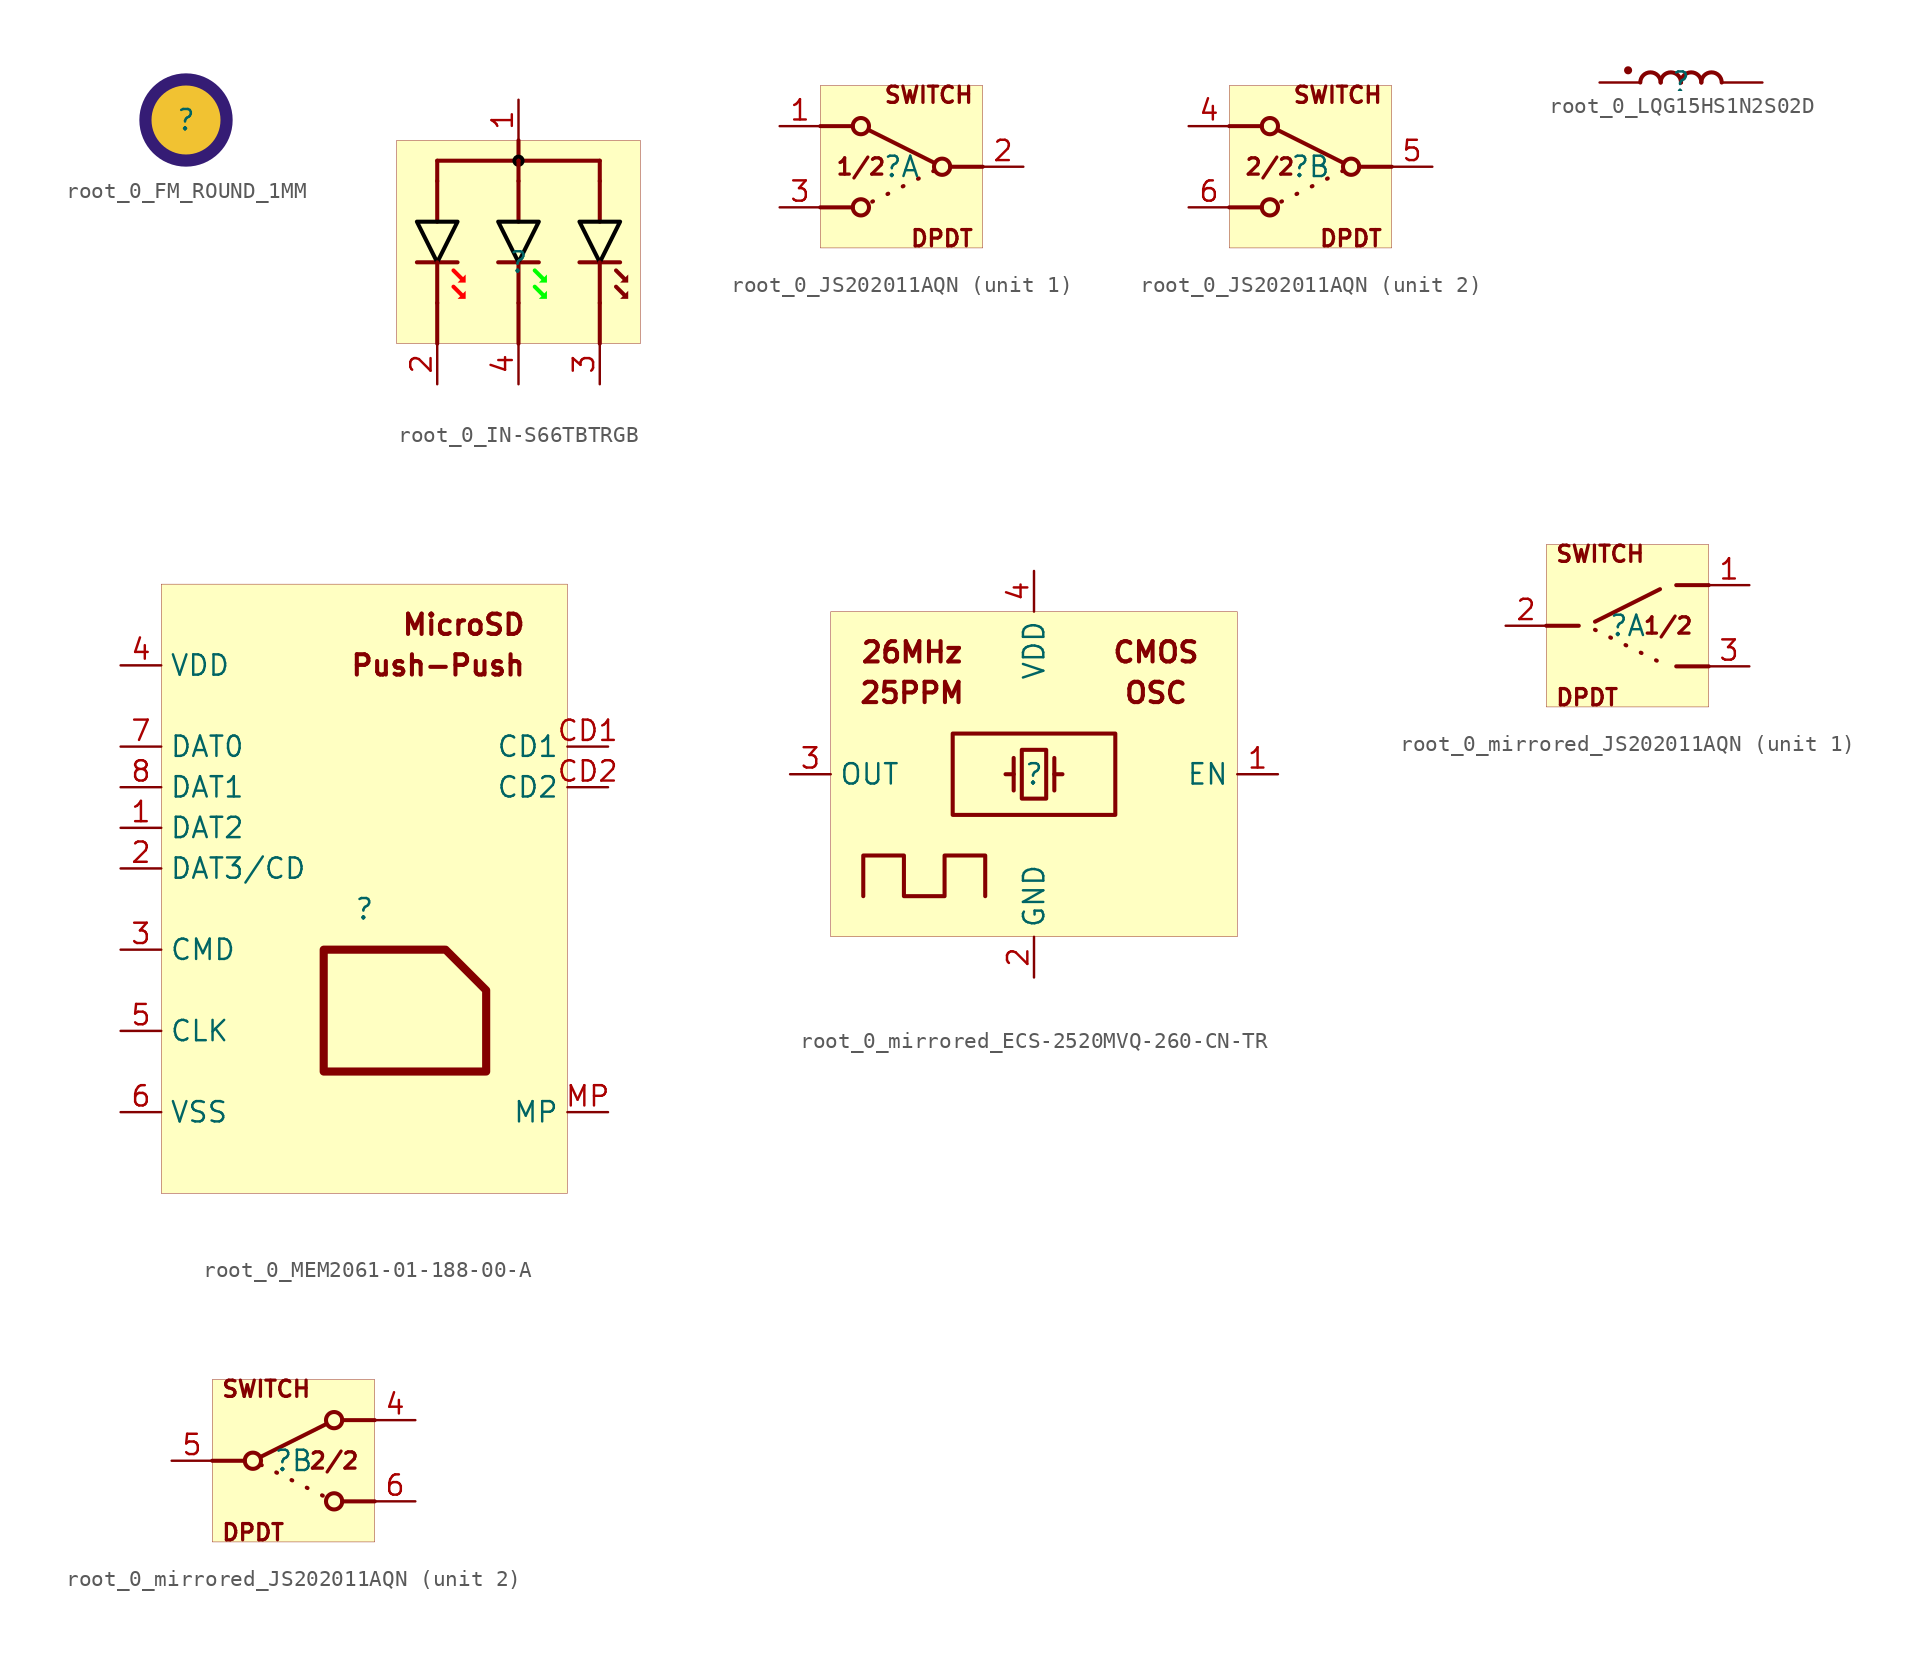
<source format=kicad_sym>
(kicad_symbol_lib
  (version 20231120)
  (generator "kicad_symbol_editor")
  (generator_version "8.0")
  (symbol "root_0_FM_ROUND_1MM"
    (property "Reference" ""
      (at 0 0 0)
      (effects (font (size 1.27 1.27))))
    (property "Value" ""
      (at 0 0 0)
      (effects (font (size 1.27 1.27))))
    (symbol "root_0_FM_ROUND_1MM_1_0"
      (circle (center 0 0) (radius 2.54) (stroke (width 0.762) (type solid) (color 53 28 117 1)) (fill (type color) (color 241 194 50 1)))))
  (symbol "root_0_IN-S66TBTRGB"
    (property "Reference" ""
      (at 0 0 0)
      (effects (font (size 1.27 1.27))))
    (property "Value" ""
      (at 0 0 0)
      (effects (font (size 1.27 1.27))))
    (symbol "root_0_IN-S66TBTRGB_1_0"
      (polyline (pts (xy -6.35 0) (xy -3.81 0)) (stroke (width 0.254) (type solid)) (fill (type none)))
      (polyline (pts (xy -5.08 -2.54) (xy -5.08 -5.08)) (stroke (width 0.254) (type solid)) (fill (type none)))
      (polyline (pts (xy -5.08 -2.54) (xy -5.08 0)) (stroke (width 0.254) (type solid)) (fill (type none)))
      (polyline (pts (xy -5.08 2.54) (xy -5.08 5.08)) (stroke (width 0.254) (type solid)) (fill (type none)))
      (polyline (pts (xy -5.08 6.35) (xy -5.08 5.08)) (stroke (width 0.254) (type solid)) (fill (type none)))
      (polyline (pts (xy -5.08 6.35) (xy 5.08 6.35)) (stroke (width 0.254) (type solid)) (fill (type none)))
      (polyline (pts (xy -3.556 -2.032) (xy -4.064 -1.524)) (stroke (width 0.254) (type solid) (color 255 0 0 1)) (fill (type none)))
      (polyline (pts (xy -3.556 -1.016) (xy -4.064 -0.508)) (stroke (width 0.254) (type solid) (color 255 0 0 1)) (fill (type none)))
      (polyline (pts (xy -1.27 0) (xy 1.27 0)) (stroke (width 0.254) (type solid)) (fill (type none)))
      (polyline (pts (xy 0 -2.54) (xy 0 -5.08)) (stroke (width 0.254) (type solid)) (fill (type none)))
      (polyline (pts (xy 0 -2.54) (xy 0 0)) (stroke (width 0.254) (type solid)) (fill (type none)))
      (polyline (pts (xy 0 2.54) (xy 0 5.08)) (stroke (width 0.254) (type solid)) (fill (type none)))
      (polyline (pts (xy 0 6.35) (xy 0 5.08)) (stroke (width 0.254) (type solid)) (fill (type none)))
      (polyline (pts (xy 0 7.62) (xy 0 6.35)) (stroke (width 0.254) (type solid)) (fill (type none)))
      (polyline (pts (xy 1.524 -2.032) (xy 1.016 -1.524)) (stroke (width 0.254) (type solid) (color 0 255 0 1)) (fill (type none)))
      (polyline (pts (xy 1.524 -1.016) (xy 1.016 -0.508)) (stroke (width 0.254) (type solid) (color 0 255 0 1)) (fill (type none)))
      (polyline (pts (xy 3.81 0) (xy 6.35 0)) (stroke (width 0.254) (type solid)) (fill (type none)))
      (polyline (pts (xy 5.08 -2.54) (xy 5.08 -5.08)) (stroke (width 0.254) (type solid)) (fill (type none)))
      (polyline (pts (xy 5.08 -2.54) (xy 5.08 0)) (stroke (width 0.254) (type solid)) (fill (type none)))
      (polyline (pts (xy 5.08 2.54) (xy 5.08 5.08)) (stroke (width 0.254) (type solid)) (fill (type none)))
      (polyline (pts (xy 5.08 6.35) (xy 5.08 5.08)) (stroke (width 0.254) (type solid)) (fill (type none)))
      (polyline (pts (xy 6.604 -2.032) (xy 6.096 -1.524)) (stroke (width 0.254) (type solid)) (fill (type none)))
      (polyline (pts (xy 6.604 -1.016) (xy 6.096 -0.508)) (stroke (width 0.254) (type solid)) (fill (type none)))
      (polyline (pts (xy -3.302 -1.778) (xy -3.81 -2.286) (xy -3.302 -2.286) (xy -3.302 -1.778) (xy -3.302 -1.778)) (stroke (width -0.0001) (type solid) (color 255 0 0 1)) (fill (type outline)))
      (polyline (pts (xy -3.302 -0.762) (xy -3.81 -1.27) (xy -3.302 -1.27) (xy -3.302 -0.762) (xy -3.302 -0.762)) (stroke (width -0.0001) (type solid) (color 255 0 0 1)) (fill (type outline)))
      (polyline (pts (xy 1.778 -1.778) (xy 1.27 -2.286) (xy 1.778 -2.286) (xy 1.778 -1.778) (xy 1.778 -1.778)) (stroke (width -0.0001) (type solid) (color 0 255 0 1)) (fill (type outline)))
      (polyline (pts (xy 1.778 -0.762) (xy 1.27 -1.27) (xy 1.778 -1.27) (xy 1.778 -0.762) (xy 1.778 -0.762)) (stroke (width -0.0001) (type solid) (color 0 255 0 1)) (fill (type outline)))
      (polyline (pts (xy 6.858 -1.778) (xy 6.35 -2.286) (xy 6.858 -2.286) (xy 6.858 -1.778) (xy 6.858 -1.778)) (stroke (width -0.0001) (type solid)) (fill (type outline)))
      (polyline (pts (xy 6.858 -0.762) (xy 6.35 -1.27) (xy 6.858 -1.27) (xy 6.858 -0.762) (xy 6.858 -0.762)) (stroke (width -0.0001) (type solid)) (fill (type outline)))
      (polyline (pts (xy -5.08 2.54) (xy -3.81 2.54) (xy -5.08 0) (xy -6.35 2.54) (xy -5.08 2.54) (xy -5.08 2.54)) (stroke (width 0.254) (type solid) (color 0 0 0 1)) (fill (type color) (color 255 0 0 1)))
      (polyline (pts (xy 0 2.54) (xy 1.27 2.54) (xy 0 0) (xy -1.27 2.54) (xy 0 2.54) (xy 0 2.54)) (stroke (width 0.254) (type solid) (color 0 0 0 1)) (fill (type color) (color 0 255 0 1)))
      (polyline (pts (xy 5.08 2.54) (xy 6.35 2.54) (xy 5.08 0) (xy 3.81 2.54) (xy 5.08 2.54) (xy 5.08 2.54)) (stroke (width 0.254) (type solid) (color 0 0 0 1)) (fill (type color) (color 0 0 255 1)))
      (circle (center 0 6.35) (radius 0.254) (stroke (width 0.254) (type solid) (color 0 0 0 1)) (fill (type none)))
      (rectangle (start 7.62 7.62) (end -7.62 -5.08) (stroke (width 0.025) (type solid) (color 128 0 0 1)) (fill (type background)))
      (pin passive line (at 0 10.16 270) (length 2.54) (name "CA" (effects (font (size 0 0)))) (number "1" (effects (font (size 1.27 1.27)))))
      (pin passive line (at -5.08 -7.62 90) (length 2.54) (name "KR" (effects (font (size 0 0)))) (number "2" (effects (font (size 1.27 1.27)))))
      (pin passive line (at 5.08 -7.62 90) (length 2.54) (name "KB" (effects (font (size 0 0)))) (number "3" (effects (font (size 1.27 1.27)))))
      (pin passive line (at 0 -7.62 90) (length 2.54) (name "KG" (effects (font (size 0 0)))) (number "4" (effects (font (size 1.27 1.27)))))))
  (symbol "root_0_JS202011AQN"
    (property "Reference" ""
      (at 0 0 0)
      (effects (font (size 1.27 1.27))))
    (property "Value" ""
      (at 0 0 0)
      (effects (font (size 1.27 1.27))))
    (symbol "root_0_JS202011AQN_1_0"
      (circle (center -2.54 -2.54) (radius 0.508) (stroke (width 0.254) (type solid)) (fill (type none)))
      (circle (center -2.54 2.54) (radius 0.508) (stroke (width 0.254) (type solid)) (fill (type none)))
      (polyline (pts (xy -5.08 -2.54) (xy -3.048 -2.54)) (stroke (width 0.254) (type solid)) (fill (type none)))
      (polyline (pts (xy -5.08 2.54) (xy -3.048 2.54)) (stroke (width 0.254) (type solid)) (fill (type none)))
      (polyline (pts (xy 2.032 -0.254) (xy -2.032 -2.286)) (stroke (width 0.254) (type dot)) (fill (type none)))
      (polyline (pts (xy 2.032 0.254) (xy -2.032 2.286)) (stroke (width 0.254) (type solid)) (fill (type none)))
      (polyline (pts (xy 3.048 0) (xy 5.08 0)) (stroke (width 0.254) (type solid)) (fill (type none)))
      (circle (center 2.54 0) (radius 0.508) (stroke (width 0.254) (type solid)) (fill (type none)))
      (rectangle (start 5.08 5.08) (end -5.08 -5.08) (stroke (width 0.025) (type solid) (color 128 0 0 1)) (fill (type background)))
      (text "1/2" (at -2.54 0 0) (effects (font (size 1.016 1.016) (thickness 0.203) (bold yes))))
      (text "DPDT" (at 4.572 -5.08 0) (effects (font (size 1.016 1.016) (thickness 0.203) (bold yes)) (justify right bottom)))
      (text "SWITCH" (at 4.572 5.08 0) (effects (font (size 1.016 1.016) (thickness 0.203) (bold yes)) (justify right top)))
      (pin passive line (at -7.62 2.54 0) (length 2.54) (name "1" (effects (font (size 0 0)))) (number "1" (effects (font (size 1.27 1.27)))))
      (pin passive line (at 7.62 0 180) (length 2.54) (name "2" (effects (font (size 0 0)))) (number "2" (effects (font (size 1.27 1.27)))))
      (pin passive line (at -7.62 -2.54 0) (length 2.54) (name "3" (effects (font (size 0 0)))) (number "3" (effects (font (size 1.27 1.27))))))
    (symbol "root_0_JS202011AQN_2_0"
      (circle (center -2.54 -2.54) (radius 0.508) (stroke (width 0.254) (type solid)) (fill (type none)))
      (circle (center -2.54 2.54) (radius 0.508) (stroke (width 0.254) (type solid)) (fill (type none)))
      (polyline (pts (xy -5.08 -2.54) (xy -3.048 -2.54)) (stroke (width 0.254) (type solid)) (fill (type none)))
      (polyline (pts (xy -5.08 2.54) (xy -3.048 2.54)) (stroke (width 0.254) (type solid)) (fill (type none)))
      (polyline (pts (xy 2.032 -0.254) (xy -2.032 -2.286)) (stroke (width 0.254) (type dot)) (fill (type none)))
      (polyline (pts (xy 2.032 0.254) (xy -2.032 2.286)) (stroke (width 0.254) (type solid)) (fill (type none)))
      (polyline (pts (xy 3.048 0) (xy 5.08 0)) (stroke (width 0.254) (type solid)) (fill (type none)))
      (circle (center 2.54 0) (radius 0.508) (stroke (width 0.254) (type solid)) (fill (type none)))
      (rectangle (start 5.08 5.08) (end -5.08 -5.08) (stroke (width 0.025) (type solid) (color 128 0 0 1)) (fill (type background)))
      (text "2/2" (at -2.54 0 0) (effects (font (size 1.016 1.016) (thickness 0.203) (bold yes))))
      (text "DPDT" (at 4.572 -5.08 0) (effects (font (size 1.016 1.016) (thickness 0.203) (bold yes)) (justify right bottom)))
      (text "SWITCH" (at 4.572 5.08 0) (effects (font (size 1.016 1.016) (thickness 0.203) (bold yes)) (justify right top)))
      (pin passive line (at -7.62 2.54 0) (length 2.54) (name "4" (effects (font (size 0 0)))) (number "4" (effects (font (size 1.27 1.27)))))
      (pin passive line (at 7.62 0 180) (length 2.54) (name "5" (effects (font (size 0 0)))) (number "5" (effects (font (size 1.27 1.27)))))
      (pin passive line (at -7.62 -2.54 0) (length 2.54) (name "6" (effects (font (size 0 0)))) (number "6" (effects (font (size 1.27 1.27)))))))
  (symbol "root_0_LQG15HS1N2S02D"
    (property "Reference" ""
      (at 0 0 0)
      (effects (font (size 1.27 1.27))))
    (property "Value" ""
      (at 0 0 0)
      (effects (font (size 1.27 1.27))))
    (symbol "root_0_LQG15HS1N2S02D_1_0"
      (circle (center -3.302 0.762) (radius 0.127) (stroke (width 0.254) (type solid)) (fill (type none)))
      (arc (start -1.27 0) (mid -1.905 0.635) (end -2.54 0) (stroke (width 0.254) (type solid)) (fill (type none)))
      (arc (start 0 0) (mid -0.635 0.635) (end -1.27 0) (stroke (width 0.254) (type solid)) (fill (type none)))
      (arc (start 1.27 0) (mid 0.635 0.635) (end 0 0) (stroke (width 0.254) (type solid)) (fill (type none)))
      (arc (start 2.54 0) (mid 1.905 0.635) (end 1.27 0) (stroke (width 0.254) (type solid)) (fill (type none)))
      (pin passive line (at -5.08 0 0) (length 2.54) (name "1" (effects (font (size 0 0)))) (number "1" (effects (font (size 0 0)))))
      (pin passive line (at 5.08 0 180) (length 2.54) (name "2" (effects (font (size 0 0)))) (number "2" (effects (font (size 0 0)))))))
  (symbol "root_0_MEM2061-01-188-00-A"
    (property "Reference" ""
      (at 0 0 0)
      (effects (font (size 1.27 1.27))))
    (property "Value" ""
      (at 0 0 0)
      (effects (font (size 1.27 1.27))))
    (symbol "root_0_MEM2061-01-188-00-A_1_0"
      (polyline (pts (xy -2.54 -10.16) (xy 7.62 -10.16) (xy 7.62 -5.08) (xy 5.08 -2.54) (xy -2.54 -2.54) (xy -2.54 -10.16)) (stroke (width 0.508) (type solid)) (fill (type none)))
      (rectangle (start 12.7 20.32) (end -12.7 -17.78) (stroke (width 0.025) (type solid) (color 128 0 0 1)) (fill (type background)))
      (text "MicroSD" (at 10.16 17.78 0) (effects (font (size 1.27 1.27) (thickness 0.254) (bold yes)) (justify right)))
      (text "Push-Push" (at 10.16 15.24 0) (effects (font (size 1.27 1.27) (thickness 0.254) (bold yes)) (justify right)))
      (pin bidirectional line (at -15.24 5.08 0) (length 2.54) (name "DAT2" (effects (font (size 1.27 1.27)))) (number "1" (effects (font (size 1.27 1.27)))))
      (pin bidirectional line (at -15.24 2.54 0) (length 2.54) (name "DAT3/CD" (effects (font (size 1.27 1.27)))) (number "2" (effects (font (size 1.27 1.27)))))
      (pin input line (at -15.24 -2.54 0) (length 2.54) (name "CMD" (effects (font (size 1.27 1.27)))) (number "3" (effects (font (size 1.27 1.27)))))
      (pin power_in line (at -15.24 15.24 0) (length 2.54) (name "VDD" (effects (font (size 1.27 1.27)))) (number "4" (effects (font (size 1.27 1.27)))))
      (pin input line (at -15.24 -7.62 0) (length 2.54) (name "CLK" (effects (font (size 1.27 1.27)))) (number "5" (effects (font (size 1.27 1.27)))))
      (pin power_in line (at -15.24 -12.7 0) (length 2.54) (name "VSS" (effects (font (size 1.27 1.27)))) (number "6" (effects (font (size 1.27 1.27)))))
      (pin bidirectional line (at -15.24 10.16 0) (length 2.54) (name "DAT0" (effects (font (size 1.27 1.27)))) (number "7" (effects (font (size 1.27 1.27)))))
      (pin bidirectional line (at -15.24 7.62 0) (length 2.54) (name "DAT1" (effects (font (size 1.27 1.27)))) (number "8" (effects (font (size 1.27 1.27)))))
      (pin passive line (at 15.24 10.16 180) (length 2.54) (name "CD1" (effects (font (size 1.27 1.27)))) (number "CD1" (effects (font (size 1.27 1.27)))))
      (pin passive line (at 15.24 7.62 180) (length 2.54) (name "CD2" (effects (font (size 1.27 1.27)))) (number "CD2" (effects (font (size 1.27 1.27)))))
      (pin passive line (at 15.24 -12.7 180) (length 2.54) (name "MP" (effects (font (size 1.27 1.27)))) (number "MP" (effects (font (size 1.27 1.27)))))))
  (symbol "root_0_mirrored_ECS-2520MVQ-260-CN-TR"
    (property "Reference" ""
      (at 0 0 0)
      (effects (font (size 1.27 1.27))))
    (property "Value" ""
      (at 0 0 0)
      (effects (font (size 1.27 1.27))))
    (symbol "root_0_mirrored_ECS-2520MVQ-260-CN-TR_1_0"
      (polyline (pts (xy -1.778 0) (xy -1.27 0)) (stroke (width 0.254) (type solid)) (fill (type none)))
      (polyline (pts (xy -1.27 1.016) (xy -1.27 -1.016)) (stroke (width 0.254) (type solid)) (fill (type none)))
      (polyline (pts (xy 1.27 0) (xy 1.778 0)) (stroke (width 0.254) (type solid)) (fill (type none)))
      (polyline (pts (xy 1.27 1.016) (xy 1.27 -1.016)) (stroke (width 0.254) (type solid)) (fill (type none)))
      (polyline (pts (xy -0.762 1.524) (xy 0.762 1.524) (xy 0.762 -1.524) (xy -0.762 -1.524) (xy -0.762 1.524)) (stroke (width 0.254) (type solid)) (fill (type none)))
      (polyline (pts (xy 5.08 -2.54) (xy -5.08 -2.54) (xy -5.08 2.54) (xy 5.08 2.54) (xy 5.08 -2.54)) (stroke (width 0.254) (type solid)) (fill (type none)))
      (polyline (pts (xy -3.048 -7.62) (xy -3.048 -5.08) (xy -5.588 -5.08) (xy -5.588 -7.62) (xy -8.128 -7.62) (xy -8.128 -5.08) (xy -10.668 -5.08) (xy -10.668 -7.62)) (stroke (width 0.254) (type solid)) (fill (type none)))
      (rectangle (start 12.7 10.16) (end -12.7 -10.16) (stroke (width 0.025) (type solid) (color 128 0 0 1)) (fill (type background)))
      (text "25PPM" (at -7.62 5.08 0) (effects (font (size 1.27 1.27) (thickness 0.254) (bold yes))))
      (text "26MHz" (at -7.62 7.62 0) (effects (font (size 1.27 1.27) (thickness 0.254) (bold yes))))
      (text "CMOS" (at 7.62 7.62 0) (effects (font (size 1.27 1.27) (thickness 0.254) (bold yes))))
      (text "OSC" (at 7.62 5.08 0) (effects (font (size 1.27 1.27) (thickness 0.254) (bold yes))))
      (pin passive line (at 15.24 0 180) (length 2.54) (name "EN" (effects (font (size 1.27 1.27)))) (number "1" (effects (font (size 1.27 1.27)))))
      (pin power_in line (at 0 -12.7 90) (length 2.54) (name "GND" (effects (font (size 1.27 1.27)))) (number "2" (effects (font (size 1.27 1.27)))))
      (pin passive line (at -15.24 0 0) (length 2.54) (name "OUT" (effects (font (size 1.27 1.27)))) (number "3" (effects (font (size 1.27 1.27)))))
      (pin power_in line (at 0 12.7 270) (length 2.54) (name "VDD" (effects (font (size 1.27 1.27)))) (number "4" (effects (font (size 1.27 1.27)))))))
  (symbol "root_0_mirrored_JS202011AQN"
    (property "Reference" ""
      (at 0 0 0)
      (effects (font (size 1.27 1.27))))
    (property "Value" ""
      (at 0 0 0)
      (effects (font (size 1.27 1.27))))
    (symbol "root_0_mirrored_JS202011AQN_1_0"
      (arc (start -3.048 0) (mid -2.032 0) (end -3.048 0) (stroke (width 0.254) (type solid)) (fill (type none)))
      (polyline (pts (xy -3.048 0) (xy -5.08 0)) (stroke (width 0.254) (type solid)) (fill (type none)))
      (polyline (pts (xy -2.032 -0.254) (xy 2.032 -2.286)) (stroke (width 0.254) (type dot)) (fill (type none)))
      (polyline (pts (xy -2.032 0.254) (xy 2.032 2.286)) (stroke (width 0.254) (type solid)) (fill (type none)))
      (polyline (pts (xy 5.08 -2.54) (xy 3.048 -2.54)) (stroke (width 0.254) (type solid)) (fill (type none)))
      (polyline (pts (xy 5.08 2.54) (xy 3.048 2.54)) (stroke (width 0.254) (type solid)) (fill (type none)))
      (arc (start 2.032 -2.54) (mid 3.048 -2.54) (end 2.032 -2.54) (stroke (width 0.254) (type solid)) (fill (type none)))
      (arc (start 2.032 2.54) (mid 3.048 2.54) (end 2.032 2.54) (stroke (width 0.254) (type solid)) (fill (type none)))
      (rectangle (start 5.08 5.08) (end -5.08 -5.08) (stroke (width 0.025) (type solid) (color 128 0 0 1)) (fill (type background)))
      (text "1/2" (at 2.54 0 0) (effects (font (size 1.016 1.016) (thickness 0.203) (bold yes))))
      (text "DPDT" (at -4.572 -5.08 0) (effects (font (size 1.016 1.016) (thickness 0.203) (bold yes)) (justify left bottom)))
      (text "SWITCH" (at -4.572 5.08 0) (effects (font (size 1.016 1.016) (thickness 0.203) (bold yes)) (justify left top)))
      (pin passive line (at 7.62 2.54 180) (length 2.54) (name "1" (effects (font (size 0 0)))) (number "1" (effects (font (size 1.27 1.27)))))
      (pin passive line (at -7.62 0 0) (length 2.54) (name "2" (effects (font (size 0 0)))) (number "2" (effects (font (size 1.27 1.27)))))
      (pin passive line (at 7.62 -2.54 180) (length 2.54) (name "3" (effects (font (size 0 0)))) (number "3" (effects (font (size 1.27 1.27))))))
    (symbol "root_0_mirrored_JS202011AQN_2_0"
      (circle (center -2.54 0) (radius 0.508) (stroke (width 0.254) (type solid)) (fill (type none)))
      (polyline (pts (xy -3.048 0) (xy -5.08 0)) (stroke (width 0.254) (type solid)) (fill (type none)))
      (polyline (pts (xy -2.032 -0.254) (xy 2.032 -2.286)) (stroke (width 0.254) (type dot)) (fill (type none)))
      (polyline (pts (xy -2.032 0.254) (xy 2.032 2.286)) (stroke (width 0.254) (type solid)) (fill (type none)))
      (polyline (pts (xy 5.08 -2.54) (xy 3.048 -2.54)) (stroke (width 0.254) (type solid)) (fill (type none)))
      (polyline (pts (xy 5.08 2.54) (xy 3.048 2.54)) (stroke (width 0.254) (type solid)) (fill (type none)))
      (circle (center 2.54 -2.54) (radius 0.508) (stroke (width 0.254) (type solid)) (fill (type none)))
      (circle (center 2.54 2.54) (radius 0.508) (stroke (width 0.254) (type solid)) (fill (type none)))
      (rectangle (start 5.08 5.08) (end -5.08 -5.08) (stroke (width 0.025) (type solid) (color 128 0 0 1)) (fill (type background)))
      (text "2/2" (at 2.54 0 0) (effects (font (size 1.016 1.016) (thickness 0.203) (bold yes))))
      (text "DPDT" (at -4.572 -5.08 0) (effects (font (size 1.016 1.016) (thickness 0.203) (bold yes)) (justify left bottom)))
      (text "SWITCH" (at -4.572 5.08 0) (effects (font (size 1.016 1.016) (thickness 0.203) (bold yes)) (justify left top)))
      (pin passive line (at 7.62 2.54 180) (length 2.54) (name "4" (effects (font (size 0 0)))) (number "4" (effects (font (size 1.27 1.27)))))
      (pin passive line (at -7.62 0 0) (length 2.54) (name "5" (effects (font (size 0 0)))) (number "5" (effects (font (size 1.27 1.27)))))
      (pin passive line (at 7.62 -2.54 180) (length 2.54) (name "6" (effects (font (size 0 0)))) (number "6" (effects (font (size 1.27 1.27))))))))
</source>
